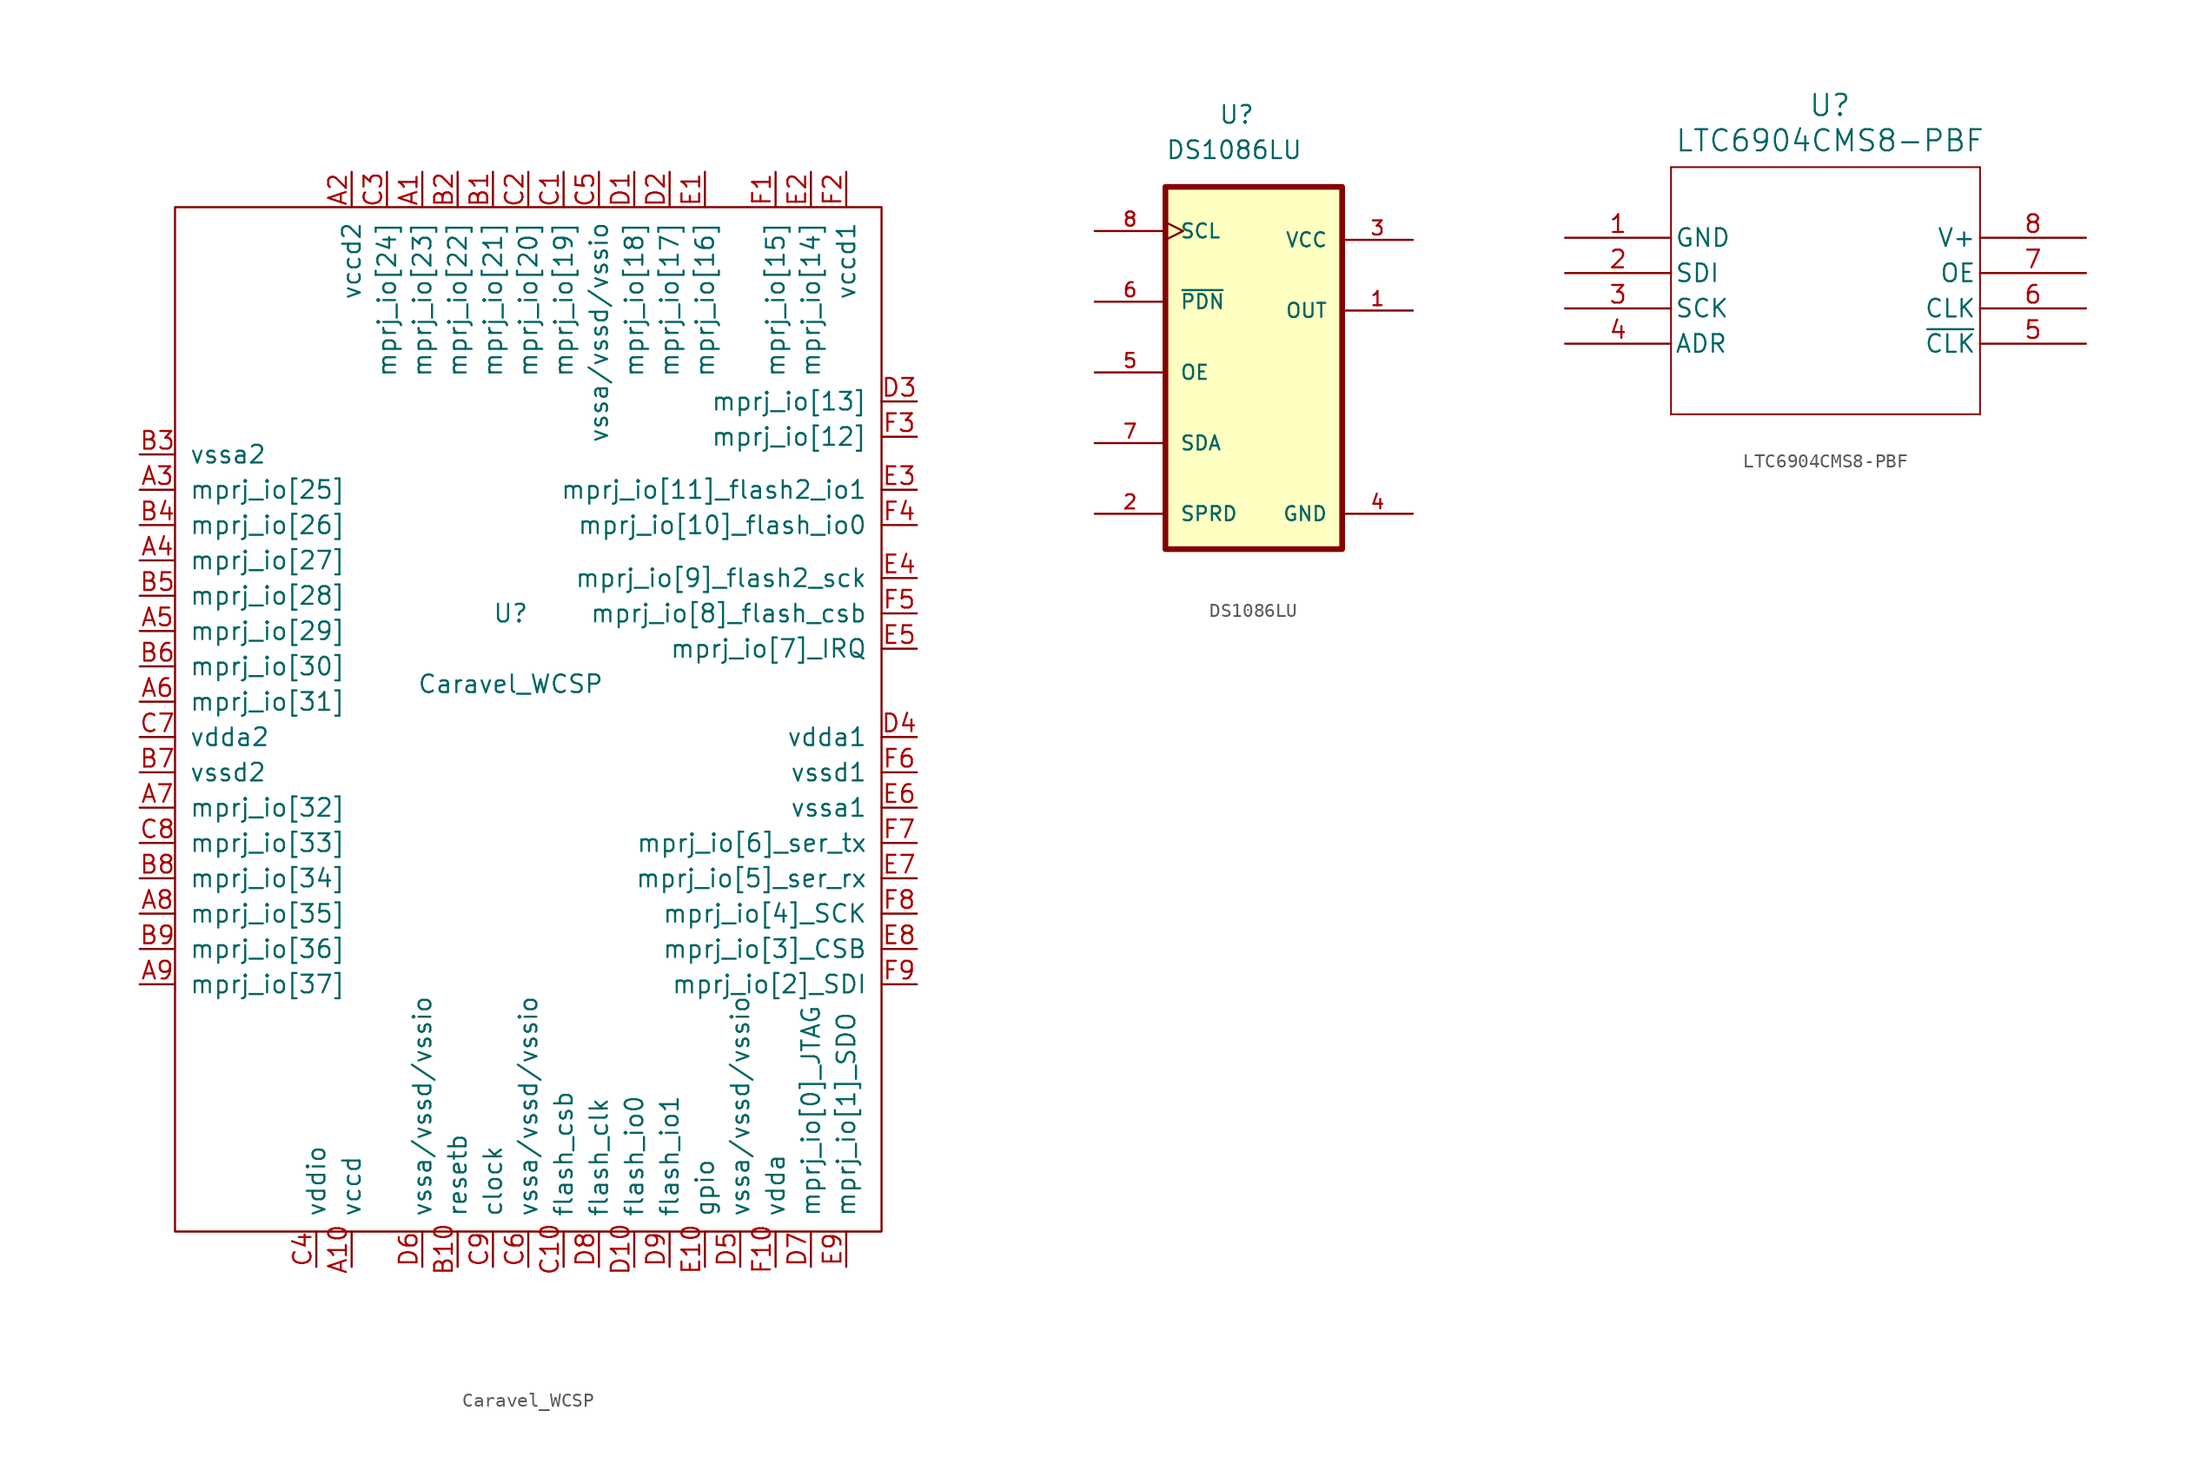
<source format=kicad_sym>
(kicad_symbol_lib
  (version 20231120)
  (generator "kicad_symbol_editor")
  (generator_version "8.0")
  (symbol "Caravel_WCSP"
    (pin_names
      (offset 1.016))
    (property "Reference" "U"
      (at 0 2.54 0)
      (effects (font (size 1.27 1.27))))
    (property "Value" "Caravel_WCSP"
      (at 0 -2.54 0)
      (effects (font (size 1.27 1.27))))
    (symbol "Caravel_WCSP_0_1"
      (rectangle (start -24.13 31.75) (end 26.67 -41.91) (stroke (width 0) (type default)) (fill (type none))))
    (symbol "Caravel_WCSP_1_1"
      (pin bidirectional line (at -6.35 34.29 270) (length 2.54) (name "mprj_io[23]" (effects (font (size 1.27 1.27)))) (number "A1" (effects (font (size 1.27 1.27)))))
      (pin power_in line (at -11.43 -44.45 90) (length 2.54) (name "vccd" (effects (font (size 1.27 1.27)))) (number "A10" (effects (font (size 1.27 1.27)))))
      (pin power_in line (at -11.43 34.29 270) (length 2.54) (name "vccd2" (effects (font (size 1.27 1.27)))) (number "A2" (effects (font (size 1.27 1.27)))))
      (pin bidirectional line (at -26.67 11.43 0) (length 2.54) (name "mprj_io[25]" (effects (font (size 1.27 1.27)))) (number "A3" (effects (font (size 1.27 1.27)))))
      (pin bidirectional line (at -26.67 6.35 0) (length 2.54) (name "mprj_io[27]" (effects (font (size 1.27 1.27)))) (number "A4" (effects (font (size 1.27 1.27)))))
      (pin bidirectional line (at -26.67 1.27 0) (length 2.54) (name "mprj_io[29]" (effects (font (size 1.27 1.27)))) (number "A5" (effects (font (size 1.27 1.27)))))
      (pin bidirectional line (at -26.67 -3.81 0) (length 2.54) (name "mprj_io[31]" (effects (font (size 1.27 1.27)))) (number "A6" (effects (font (size 1.27 1.27)))))
      (pin bidirectional line (at -26.67 -11.43 0) (length 2.54) (name "mprj_io[32]" (effects (font (size 1.27 1.27)))) (number "A7" (effects (font (size 1.27 1.27)))))
      (pin bidirectional line (at -26.67 -19.05 0) (length 2.54) (name "mprj_io[35]" (effects (font (size 1.27 1.27)))) (number "A8" (effects (font (size 1.27 1.27)))))
      (pin bidirectional line (at -26.67 -24.13 0) (length 2.54) (name "mprj_io[37]" (effects (font (size 1.27 1.27)))) (number "A9" (effects (font (size 1.27 1.27)))))
      (pin bidirectional line (at -1.27 34.29 270) (length 2.54) (name "mprj_io[21]" (effects (font (size 1.27 1.27)))) (number "B1" (effects (font (size 1.27 1.27)))))
      (pin input line (at -3.81 -44.45 90) (length 2.54) (name "resetb" (effects (font (size 1.27 1.27)))) (number "B10" (effects (font (size 1.27 1.27)))))
      (pin bidirectional line (at -3.81 34.29 270) (length 2.54) (name "mprj_io[22]" (effects (font (size 1.27 1.27)))) (number "B2" (effects (font (size 1.27 1.27)))))
      (pin power_in line (at -26.67 13.97 0) (length 2.54) (name "vssa2" (effects (font (size 1.27 1.27)))) (number "B3" (effects (font (size 1.27 1.27)))))
      (pin bidirectional line (at -26.67 8.89 0) (length 2.54) (name "mprj_io[26]" (effects (font (size 1.27 1.27)))) (number "B4" (effects (font (size 1.27 1.27)))))
      (pin bidirectional line (at -26.67 3.81 0) (length 2.54) (name "mprj_io[28]" (effects (font (size 1.27 1.27)))) (number "B5" (effects (font (size 1.27 1.27)))))
      (pin bidirectional line (at -26.67 -1.27 0) (length 2.54) (name "mprj_io[30]" (effects (font (size 1.27 1.27)))) (number "B6" (effects (font (size 1.27 1.27)))))
      (pin power_in line (at -26.67 -8.89 0) (length 2.54) (name "vssd2" (effects (font (size 1.27 1.27)))) (number "B7" (effects (font (size 1.27 1.27)))))
      (pin bidirectional line (at -26.67 -16.51 0) (length 2.54) (name "mprj_io[34]" (effects (font (size 1.27 1.27)))) (number "B8" (effects (font (size 1.27 1.27)))))
      (pin bidirectional line (at -26.67 -21.59 0) (length 2.54) (name "mprj_io[36]" (effects (font (size 1.27 1.27)))) (number "B9" (effects (font (size 1.27 1.27)))))
      (pin bidirectional line (at 3.81 34.29 270) (length 2.54) (name "mprj_io[19]" (effects (font (size 1.27 1.27)))) (number "C1" (effects (font (size 1.27 1.27)))))
      (pin output line (at 3.81 -44.45 90) (length 2.54) (name "flash_csb" (effects (font (size 1.27 1.27)))) (number "C10" (effects (font (size 1.27 1.27)))))
      (pin bidirectional line (at 1.27 34.29 270) (length 2.54) (name "mprj_io[20]" (effects (font (size 1.27 1.27)))) (number "C2" (effects (font (size 1.27 1.27)))))
      (pin bidirectional line (at -8.89 34.29 270) (length 2.54) (name "mprj_io[24]" (effects (font (size 1.27 1.27)))) (number "C3" (effects (font (size 1.27 1.27)))))
      (pin power_in line (at -13.97 -44.45 90) (length 2.54) (name "vddio" (effects (font (size 1.27 1.27)))) (number "C4" (effects (font (size 1.27 1.27)))))
      (pin power_in line (at 6.35 34.29 270) (length 2.54) (name "vssa/vssd/vssio" (effects (font (size 1.27 1.27)))) (number "C5" (effects (font (size 1.27 1.27)))))
      (pin power_in line (at 1.27 -44.45 90) (length 2.54) (name "vssa/vssd/vssio" (effects (font (size 1.27 1.27)))) (number "C6" (effects (font (size 1.27 1.27)))))
      (pin power_in line (at -26.67 -6.35 0) (length 2.54) (name "vdda2" (effects (font (size 1.27 1.27)))) (number "C7" (effects (font (size 1.27 1.27)))))
      (pin bidirectional line (at -26.67 -13.97 0) (length 2.54) (name "mprj_io[33]" (effects (font (size 1.27 1.27)))) (number "C8" (effects (font (size 1.27 1.27)))))
      (pin input line (at -1.27 -44.45 90) (length 2.54) (name "clock" (effects (font (size 1.27 1.27)))) (number "C9" (effects (font (size 1.27 1.27)))))
      (pin bidirectional line (at 8.89 34.29 270) (length 2.54) (name "mprj_io[18]" (effects (font (size 1.27 1.27)))) (number "D1" (effects (font (size 1.27 1.27)))))
      (pin bidirectional line (at 8.89 -44.45 90) (length 2.54) (name "flash_io0" (effects (font (size 1.27 1.27)))) (number "D10" (effects (font (size 1.27 1.27)))))
      (pin bidirectional line (at 11.43 34.29 270) (length 2.54) (name "mprj_io[17]" (effects (font (size 1.27 1.27)))) (number "D2" (effects (font (size 1.27 1.27)))))
      (pin bidirectional line (at 29.21 17.78 180) (length 2.54) (name "mprj_io[13]" (effects (font (size 1.27 1.27)))) (number "D3" (effects (font (size 1.27 1.27)))))
      (pin power_in line (at 29.21 -6.35 180) (length 2.54) (name "vdda1" (effects (font (size 1.27 1.27)))) (number "D4" (effects (font (size 1.27 1.27)))))
      (pin power_in line (at 16.51 -44.45 90) (length 2.54) (name "vssa/vssd/vssio" (effects (font (size 1.27 1.27)))) (number "D5" (effects (font (size 1.27 1.27)))))
      (pin power_in line (at -6.35 -44.45 90) (length 2.54) (name "vssa/vssd/vssio" (effects (font (size 1.27 1.27)))) (number "D6" (effects (font (size 1.27 1.27)))))
      (pin bidirectional line (at 21.59 -44.45 90) (length 2.54) (name "mprj_io[0]_JTAG" (effects (font (size 1.27 1.27)))) (number "D7" (effects (font (size 1.27 1.27)))))
      (pin output line (at 6.35 -44.45 90) (length 2.54) (name "flash_clk" (effects (font (size 1.27 1.27)))) (number "D8" (effects (font (size 1.27 1.27)))))
      (pin bidirectional line (at 11.43 -44.45 90) (length 2.54) (name "flash_io1" (effects (font (size 1.27 1.27)))) (number "D9" (effects (font (size 1.27 1.27)))))
      (pin bidirectional line (at 13.97 34.29 270) (length 2.54) (name "mprj_io[16]" (effects (font (size 1.27 1.27)))) (number "E1" (effects (font (size 1.27 1.27)))))
      (pin bidirectional line (at 13.97 -44.45 90) (length 2.54) (name "gpio" (effects (font (size 1.27 1.27)))) (number "E10" (effects (font (size 1.27 1.27)))))
      (pin bidirectional line (at 21.59 34.29 270) (length 2.54) (name "mprj_io[14]" (effects (font (size 1.27 1.27)))) (number "E2" (effects (font (size 1.27 1.27)))))
      (pin bidirectional line (at 29.21 11.43 180) (length 2.54) (name "mprj_io[11]_flash2_io1" (effects (font (size 1.27 1.27)))) (number "E3" (effects (font (size 1.27 1.27)))))
      (pin bidirectional line (at 29.21 5.08 180) (length 2.54) (name "mprj_io[9]_flash2_sck" (effects (font (size 1.27 1.27)))) (number "E4" (effects (font (size 1.27 1.27)))))
      (pin bidirectional line (at 29.21 0 180) (length 2.54) (name "mprj_io[7]_IRQ" (effects (font (size 1.27 1.27)))) (number "E5" (effects (font (size 1.27 1.27)))))
      (pin power_in line (at 29.21 -11.43 180) (length 2.54) (name "vssa1" (effects (font (size 1.27 1.27)))) (number "E6" (effects (font (size 1.27 1.27)))))
      (pin bidirectional line (at 29.21 -16.51 180) (length 2.54) (name "mprj_io[5]_ser_rx" (effects (font (size 1.27 1.27)))) (number "E7" (effects (font (size 1.27 1.27)))))
      (pin bidirectional line (at 29.21 -21.59 180) (length 2.54) (name "mprj_io[3]_CSB" (effects (font (size 1.27 1.27)))) (number "E8" (effects (font (size 1.27 1.27)))))
      (pin bidirectional line (at 24.13 -44.45 90) (length 2.54) (name "mprj_io[1]_SDO" (effects (font (size 1.27 1.27)))) (number "E9" (effects (font (size 1.27 1.27)))))
      (pin bidirectional line (at 19.05 34.29 270) (length 2.54) (name "mprj_io[15]" (effects (font (size 1.27 1.27)))) (number "F1" (effects (font (size 1.27 1.27)))))
      (pin power_in line (at 19.05 -44.45 90) (length 2.54) (name "vdda" (effects (font (size 1.27 1.27)))) (number "F10" (effects (font (size 1.27 1.27)))))
      (pin power_in line (at 24.13 34.29 270) (length 2.54) (name "vccd1" (effects (font (size 1.27 1.27)))) (number "F2" (effects (font (size 1.27 1.27)))))
      (pin bidirectional line (at 29.21 15.24 180) (length 2.54) (name "mprj_io[12]" (effects (font (size 1.27 1.27)))) (number "F3" (effects (font (size 1.27 1.27)))))
      (pin bidirectional line (at 29.21 8.89 180) (length 2.54) (name "mprj_io[10]_flash_io0" (effects (font (size 1.27 1.27)))) (number "F4" (effects (font (size 1.27 1.27)))))
      (pin bidirectional line (at 29.21 2.54 180) (length 2.54) (name "mprj_io[8]_flash_csb" (effects (font (size 1.27 1.27)))) (number "F5" (effects (font (size 1.27 1.27)))))
      (pin power_in line (at 29.21 -8.89 180) (length 2.54) (name "vssd1" (effects (font (size 1.27 1.27)))) (number "F6" (effects (font (size 1.27 1.27)))))
      (pin bidirectional line (at 29.21 -13.97 180) (length 2.54) (name "mprj_io[6]_ser_tx" (effects (font (size 1.27 1.27)))) (number "F7" (effects (font (size 1.27 1.27)))))
      (pin bidirectional line (at 29.21 -19.05 180) (length 2.54) (name "mprj_io[4]_SCK" (effects (font (size 1.27 1.27)))) (number "F8" (effects (font (size 1.27 1.27)))))
      (pin bidirectional line (at 29.21 -24.13 180) (length 2.54) (name "mprj_io[2]_SDI" (effects (font (size 1.27 1.27)))) (number "F9" (effects (font (size 1.27 1.27)))))))
  (symbol "DS1086LU"
    (pin_names
      (offset 1.016))
    (property "Reference" "U"
      (at -8.89 17.78 0)
      (effects (font (size 1.27 1.27)) (justify left bottom)))
    (property "Value" "DS1086LU"
      (at -12.7 15.24 0)
      (effects (font (size 1.27 1.27)) (justify left bottom)))
    (symbol "DS1086LU_0_0"
      (rectangle (start -12.7 13.335) (end 0 -12.7) (stroke (width 0.41) (type default)) (fill (type background)))
      (pin output line (at 5.08 4.445 180) (length 5.08) (name "OUT" (effects (font (size 1.016 1.016)))) (number "1" (effects (font (size 1.016 1.016)))))
      (pin bidirectional line (at -17.78 -10.16 0) (length 5.08) (name "SPRD" (effects (font (size 1.016 1.016)))) (number "2" (effects (font (size 1.016 1.016)))))
      (pin power_in line (at 5.08 9.525 180) (length 5.08) (name "VCC" (effects (font (size 1.016 1.016)))) (number "3" (effects (font (size 1.016 1.016)))))
      (pin power_in line (at 5.08 -10.16 180) (length 5.08) (name "GND" (effects (font (size 1.016 1.016)))) (number "4" (effects (font (size 1.016 1.016)))))
      (pin bidirectional line (at -17.78 0 0) (length 5.08) (name "OE" (effects (font (size 1.016 1.016)))) (number "5" (effects (font (size 1.016 1.016)))))
      (pin bidirectional line (at -17.78 5.08 0) (length 5.08) (name "~{PDN}" (effects (font (size 1.016 1.016)))) (number "6" (effects (font (size 1.016 1.016)))))
      (pin bidirectional line (at -17.78 -5.08 0) (length 5.08) (name "SDA" (effects (font (size 1.016 1.016)))) (number "7" (effects (font (size 1.016 1.016)))))
      (pin input clock (at -17.78 10.16 0) (length 5.08) (name "SCL" (effects (font (size 1.016 1.016)))) (number "8" (effects (font (size 1.016 1.016)))))))
  (symbol "LTC6904CMS8-PBF"
    (pin_names
      (offset 0.254))
    (property "Reference" "U"
      (at 31.75 27.94 0)
      (effects (font (size 1.524 1.524))))
    (property "Value" "LTC6904CMS8-PBF"
      (at 31.75 25.4 0)
      (effects (font (size 1.524 1.524))))
    (symbol "LTC6904CMS8-PBF_0_1"
      (polyline (pts (xy 20.32 5.715) (xy 42.545 5.715)) (stroke (width 0.127) (type default)) (fill (type none)))
      (polyline (pts (xy 20.32 23.495) (xy 20.32 5.715)) (stroke (width 0.127) (type default)) (fill (type none)))
      (polyline (pts (xy 42.545 5.715) (xy 42.545 23.495)) (stroke (width 0.127) (type default)) (fill (type none)))
      (polyline (pts (xy 42.545 23.495) (xy 20.32 23.495)) (stroke (width 0.127) (type default)) (fill (type none)))
      (pin power_in line (at 12.7 18.415 0) (length 7.62) (name "GND" (effects (font (size 1.27 1.27)))) (number "1" (effects (font (size 1.27 1.27)))))
      (pin input line (at 12.7 15.875 0) (length 7.62) (name "SDI" (effects (font (size 1.27 1.27)))) (number "2" (effects (font (size 1.27 1.27)))))
      (pin input line (at 12.7 13.335 0) (length 7.62) (name "SCK" (effects (font (size 1.27 1.27)))) (number "3" (effects (font (size 1.27 1.27)))))
      (pin input line (at 12.7 10.795 0) (length 7.62) (name "ADR" (effects (font (size 1.27 1.27)))) (number "4" (effects (font (size 1.27 1.27)))))
      (pin output line (at 50.165 13.335 180) (length 7.62) (name "CLK" (effects (font (size 1.27 1.27)))) (number "6" (effects (font (size 1.27 1.27)))))
      (pin unspecified line (at 50.165 15.875 180) (length 7.62) (name "OE" (effects (font (size 1.27 1.27)))) (number "7" (effects (font (size 1.27 1.27)))))
      (pin power_in line (at 50.165 18.415 180) (length 7.62) (name "V+" (effects (font (size 1.27 1.27)))) (number "8" (effects (font (size 1.27 1.27))))))
    (symbol "LTC6904CMS8-PBF_1_1"
      (pin output line (at 50.165 10.795 180) (length 7.62) (name "~{CLK}" (effects (font (size 1.27 1.27)))) (number "5" (effects (font (size 1.27 1.27))))))))
</source>
